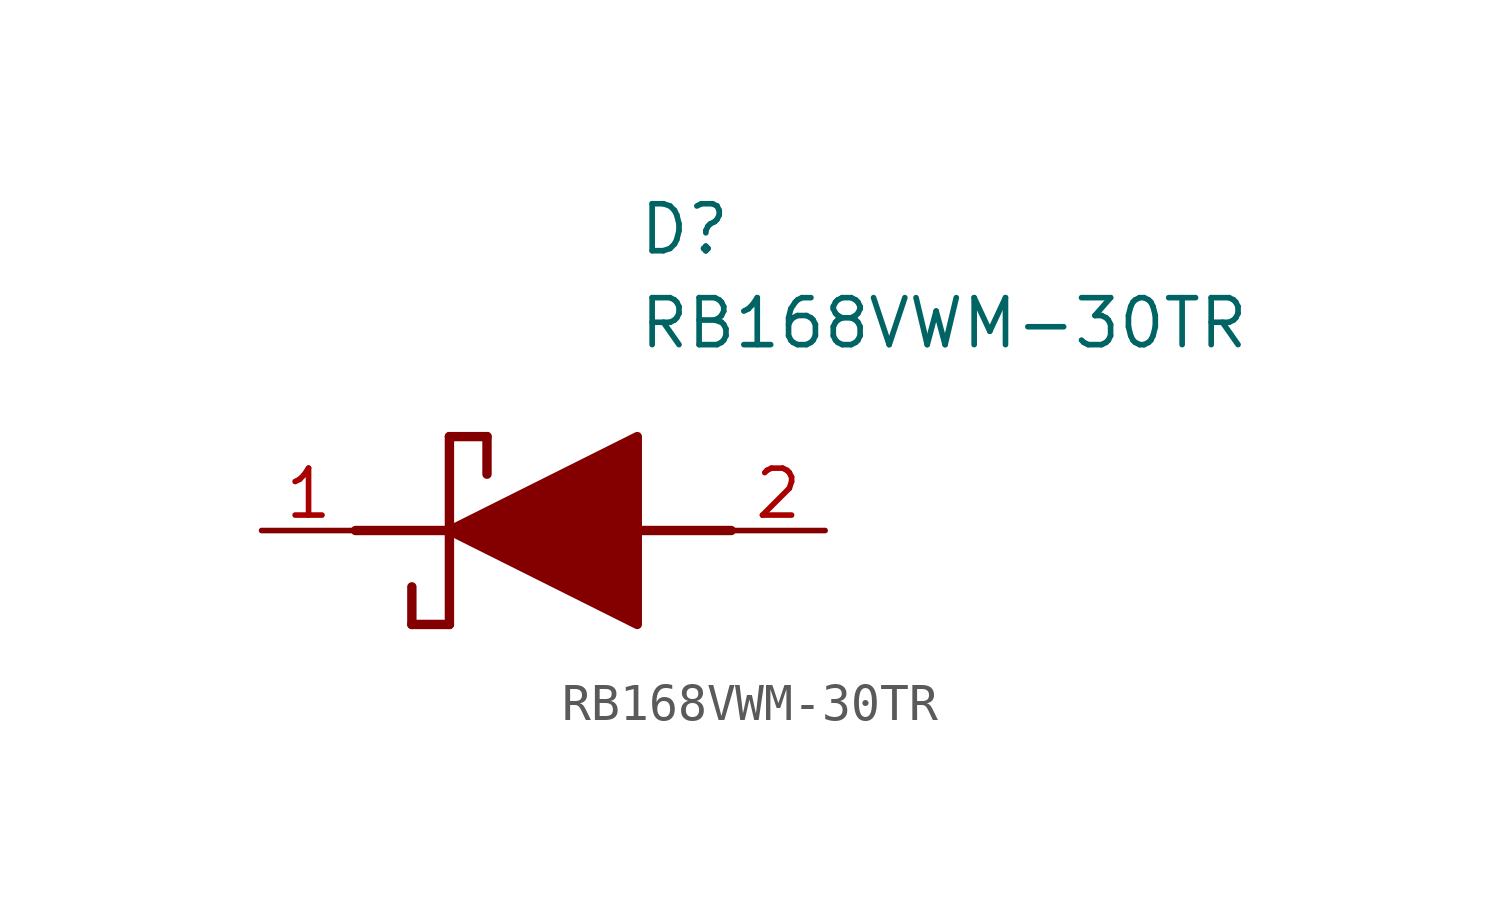
<source format=kicad_sym>
(kicad_symbol_lib
  (version 20220914)
  (generator kicad_symbol_editor)
  (symbol "RB168VWM-30TR"
    (pin_names hide)
    (property "Reference" "D"
      (at 12.7 8.89 0)
      (effects (font (size 1.27 1.27)) (justify left top)))
    (property "Value" "RB168VWM-30TR"
      (at 12.7 6.35 0)
      (effects (font (size 1.27 1.27)) (justify left top)))
    (symbol "RB168VWM-30TR_1_1"
      (polyline (pts (xy 5.08 0) (xy 7.62 0)) (stroke (width 0.254) (type default)) (fill (type none)))
      (polyline (pts (xy 6.604 -1.524) (xy 6.604 -2.54)) (stroke (width 0.254) (type default)) (fill (type none)))
      (polyline (pts (xy 7.62 -2.54) (xy 6.604 -2.54)) (stroke (width 0.254) (type default)) (fill (type none)))
      (polyline (pts (xy 7.62 2.54) (xy 7.62 -2.54)) (stroke (width 0.254) (type default)) (fill (type none)))
      (polyline (pts (xy 7.62 2.54) (xy 8.636 2.54)) (stroke (width 0.254) (type default)) (fill (type none)))
      (polyline (pts (xy 8.636 1.524) (xy 8.636 2.54)) (stroke (width 0.254) (type default)) (fill (type none)))
      (polyline (pts (xy 12.7 0) (xy 15.24 0)) (stroke (width 0.254) (type default)) (fill (type none)))
      (polyline (pts (xy 7.62 0) (xy 12.7 2.54) (xy 12.7 -2.54) (xy 7.62 0)) (stroke (width 0.254) (type default)) (fill (type outline)))
      (pin passive line (at 2.54 0 0) (length 2.54) (name "K" (effects (font (size 1.27 1.27)))) (number "1" (effects (font (size 1.27 1.27)))))
      (pin passive line (at 17.78 0 180) (length 2.54) (name "A" (effects (font (size 1.27 1.27)))) (number "2" (effects (font (size 1.27 1.27))))))))
</source>
